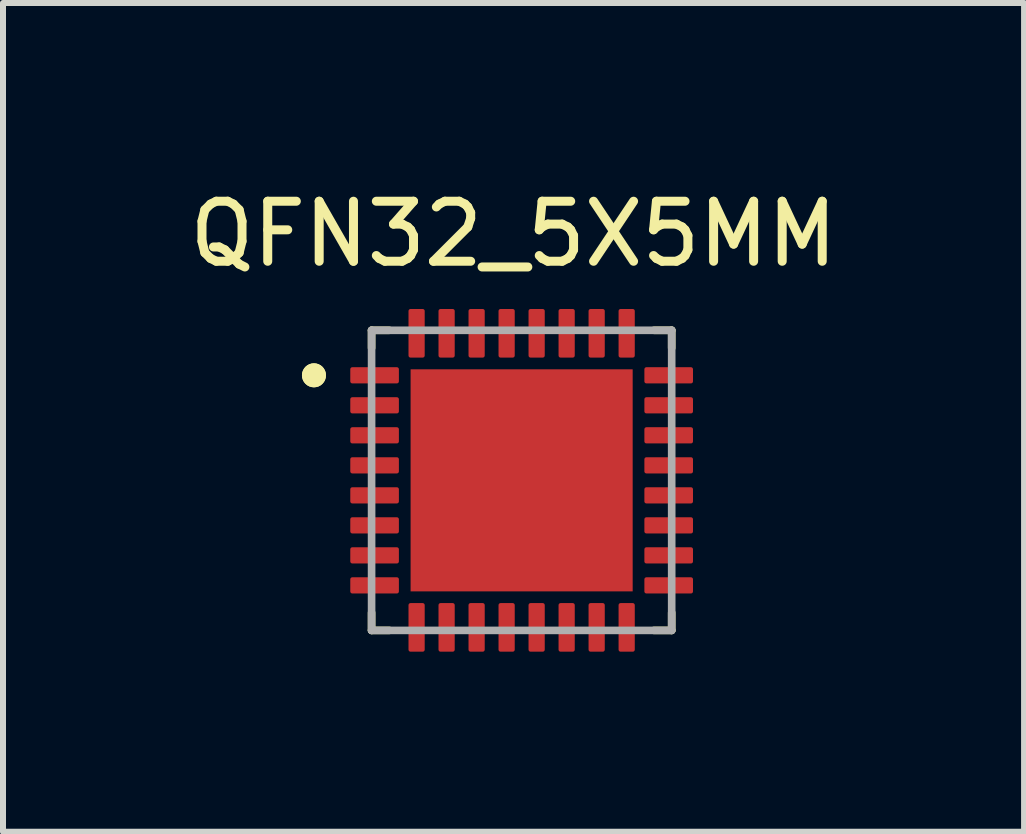
<source format=kicad_pcb>
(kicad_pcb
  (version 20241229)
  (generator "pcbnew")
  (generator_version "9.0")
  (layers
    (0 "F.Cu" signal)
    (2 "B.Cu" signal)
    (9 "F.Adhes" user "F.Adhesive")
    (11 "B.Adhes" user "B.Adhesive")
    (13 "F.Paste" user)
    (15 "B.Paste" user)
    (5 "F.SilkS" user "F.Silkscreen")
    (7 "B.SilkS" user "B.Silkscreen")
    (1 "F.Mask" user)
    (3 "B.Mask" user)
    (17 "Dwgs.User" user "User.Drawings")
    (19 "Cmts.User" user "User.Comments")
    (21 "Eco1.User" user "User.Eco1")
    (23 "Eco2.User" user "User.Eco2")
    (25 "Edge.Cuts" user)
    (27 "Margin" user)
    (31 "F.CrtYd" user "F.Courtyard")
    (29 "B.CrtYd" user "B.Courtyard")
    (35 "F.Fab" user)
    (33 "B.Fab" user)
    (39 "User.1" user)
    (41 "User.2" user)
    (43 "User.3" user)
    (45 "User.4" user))
  (footprint "QFN32_5X5MM"
    (layer "F.Cu")
    (at 5.641 4.953)
    (property "Reference" "QFN32_5X5MM" (at -0.135 -4.105 0) (layer "F.SilkS") (effects (font (size 1 1) (thickness 0.15))))
    (attr smd)
    (fp_line (start -2.5 -2.5) (end -2.5 -2.205) (stroke (width 0.127) (type solid)) (layer "F.SilkS"))
    (fp_line (start -2.5 -2.5) (end -2.205 -2.5) (stroke (width 0.127) (type solid)) (layer "F.SilkS"))
    (fp_line (start -2.5 2.5) (end -2.5 2.205) (stroke (width 0.127) (type solid)) (layer "F.SilkS"))
    (fp_line (start -2.5 2.5) (end -2.205 2.5) (stroke (width 0.127) (type solid)) (layer "F.SilkS"))
    (fp_line (start 2.5 -2.5) (end 2.205 -2.5) (stroke (width 0.127) (type solid)) (layer "F.SilkS"))
    (fp_line (start 2.5 -2.5) (end 2.5 -2.205) (stroke (width 0.127) (type solid)) (layer "F.SilkS"))
    (fp_line (start 2.5 2.5) (end 2.205 2.5) (stroke (width 0.127) (type solid)) (layer "F.SilkS"))
    (fp_line (start 2.5 2.5) (end 2.5 2.205) (stroke (width 0.127) (type solid)) (layer "F.SilkS"))
    (fp_circle (center -3.46 -1.75) (end -3.36 -1.75) (stroke (width 0.2) (type solid)) (fill no) (layer "F.SilkS"))
    (fp_circle (center -3.46 -1.75) (end -3.36 -1.75) (stroke (width 0.2) (type solid)) (fill no) (layer "F.SilkS"))
    (fp_poly (pts (xy -1.85 -1.85) (xy -0.95 -1.85) (xy -0.95 -0.95) (xy -1.85 -0.95)) (stroke (width 0.01) (type solid)) (fill yes) (layer "F.Paste"))
    (fp_poly (pts (xy -1.85 -0.45) (xy -0.95 -0.45) (xy -0.95 0.45) (xy -1.85 0.45)) (stroke (width 0.01) (type solid)) (fill yes) (layer "F.Paste"))
    (fp_poly (pts (xy -1.85 0.95) (xy -0.95 0.95) (xy -0.95 1.85) (xy -1.85 1.85)) (stroke (width 0.01) (type solid)) (fill yes) (layer "F.Paste"))
    (fp_poly (pts (xy -0.45 -1.85) (xy 0.45 -1.85) (xy 0.45 -0.95) (xy -0.45 -0.95)) (stroke (width 0.01) (type solid)) (fill yes) (layer "F.Paste"))
    (fp_poly (pts (xy -0.45 -0.45) (xy 0.45 -0.45) (xy 0.45 0.45) (xy -0.45 0.45)) (stroke (width 0.01) (type solid)) (fill yes) (layer "F.Paste"))
    (fp_poly (pts (xy -0.45 0.95) (xy 0.45 0.95) (xy 0.45 1.85) (xy -0.45 1.85)) (stroke (width 0.01) (type solid)) (fill yes) (layer "F.Paste"))
    (fp_poly (pts (xy 0.95 -1.85) (xy 1.85 -1.85) (xy 1.85 -0.95) (xy 0.95 -0.95)) (stroke (width 0.01) (type solid)) (fill yes) (layer "F.Paste"))
    (fp_poly (pts (xy 0.95 -0.45) (xy 1.85 -0.45) (xy 1.85 0.45) (xy 0.95 0.45)) (stroke (width 0.01) (type solid)) (fill yes) (layer "F.Paste"))
    (fp_poly (pts (xy 0.95 0.95) (xy 1.85 0.95) (xy 1.85 1.85) (xy 0.95 1.85)) (stroke (width 0.01) (type solid)) (fill yes) (layer "F.Paste"))
    (fp_line (start -2.5 2.5) (end -2.5 -2.5) (stroke (width 0.127) (type solid)) (layer "F.Fab"))
    (fp_line (start 2.5 -2.5) (end -2.5 -2.5) (stroke (width 0.127) (type solid)) (layer "F.Fab"))
    (fp_line (start 2.5 2.5) (end -2.5 2.5) (stroke (width 0.127) (type solid)) (layer "F.Fab"))
    (fp_line (start 2.5 2.5) (end 2.5 -2.5) (stroke (width 0.127) (type solid)) (layer "F.Fab"))
    (pad "1" smd roundrect (at -2.45 -1.75) (size 0.81 0.27) (layers "F.Cu" "F.Mask" "F.Paste") (roundrect_rratio 0.125))
    (pad "2" smd roundrect (at -2.45 -1.25) (size 0.81 0.27) (layers "F.Cu" "F.Mask" "F.Paste") (roundrect_rratio 0.125))
    (pad "3" smd roundrect (at -2.45 -0.75) (size 0.81 0.27) (layers "F.Cu" "F.Mask" "F.Paste") (roundrect_rratio 0.125))
    (pad "4" smd roundrect (at -2.45 -0.25) (size 0.81 0.27) (layers "F.Cu" "F.Mask" "F.Paste") (roundrect_rratio 0.125))
    (pad "5" smd roundrect (at -2.45 0.25) (size 0.81 0.27) (layers "F.Cu" "F.Mask" "F.Paste") (roundrect_rratio 0.125))
    (pad "6" smd roundrect (at -2.45 0.75) (size 0.81 0.27) (layers "F.Cu" "F.Mask" "F.Paste") (roundrect_rratio 0.125))
    (pad "7" smd roundrect (at -2.45 1.25) (size 0.81 0.27) (layers "F.Cu" "F.Mask" "F.Paste") (roundrect_rratio 0.125))
    (pad "8" smd roundrect (at -2.45 1.75) (size 0.81 0.27) (layers "F.Cu" "F.Mask" "F.Paste") (roundrect_rratio 0.125))
    (pad "9" smd roundrect (at -1.75 2.45) (size 0.27 0.81) (layers "F.Cu" "F.Mask" "F.Paste") (roundrect_rratio 0.125))
    (pad "10" smd roundrect (at -1.25 2.45) (size 0.27 0.81) (layers "F.Cu" "F.Mask" "F.Paste") (roundrect_rratio 0.125))
    (pad "11" smd roundrect (at -0.75 2.45) (size 0.27 0.81) (layers "F.Cu" "F.Mask" "F.Paste") (roundrect_rratio 0.125))
    (pad "12" smd roundrect (at -0.25 2.45) (size 0.27 0.81) (layers "F.Cu" "F.Mask" "F.Paste") (roundrect_rratio 0.125))
    (pad "13" smd roundrect (at 0.25 2.45) (size 0.27 0.81) (layers "F.Cu" "F.Mask" "F.Paste") (roundrect_rratio 0.125))
    (pad "14" smd roundrect (at 0.75 2.45) (size 0.27 0.81) (layers "F.Cu" "F.Mask" "F.Paste") (roundrect_rratio 0.125))
    (pad "15" smd roundrect (at 1.25 2.45) (size 0.27 0.81) (layers "F.Cu" "F.Mask" "F.Paste") (roundrect_rratio 0.125))
    (pad "16" smd roundrect (at 1.75 2.45) (size 0.27 0.81) (layers "F.Cu" "F.Mask" "F.Paste") (roundrect_rratio 0.125))
    (pad "17" smd roundrect (at 2.45 1.75) (size 0.81 0.27) (layers "F.Cu" "F.Mask" "F.Paste") (roundrect_rratio 0.125))
    (pad "18" smd roundrect (at 2.45 1.25) (size 0.81 0.27) (layers "F.Cu" "F.Mask" "F.Paste") (roundrect_rratio 0.125))
    (pad "19" smd roundrect (at 2.45 0.75) (size 0.81 0.27) (layers "F.Cu" "F.Mask" "F.Paste") (roundrect_rratio 0.125))
    (pad "20" smd roundrect (at 2.45 0.25) (size 0.81 0.27) (layers "F.Cu" "F.Mask" "F.Paste") (roundrect_rratio 0.125))
    (pad "21" smd roundrect (at 2.45 -0.25) (size 0.81 0.27) (layers "F.Cu" "F.Mask" "F.Paste") (roundrect_rratio 0.125))
    (pad "22" smd roundrect (at 2.45 -0.75) (size 0.81 0.27) (layers "F.Cu" "F.Mask" "F.Paste") (roundrect_rratio 0.125))
    (pad "23" smd roundrect (at 2.45 -1.25) (size 0.81 0.27) (layers "F.Cu" "F.Mask" "F.Paste") (roundrect_rratio 0.125))
    (pad "24" smd roundrect (at 2.45 -1.75) (size 0.81 0.27) (layers "F.Cu" "F.Mask" "F.Paste") (roundrect_rratio 0.125))
    (pad "25" smd roundrect (at 1.75 -2.45) (size 0.27 0.81) (layers "F.Cu" "F.Mask" "F.Paste") (roundrect_rratio 0.125))
    (pad "26" smd roundrect (at 1.25 -2.45) (size 0.27 0.81) (layers "F.Cu" "F.Mask" "F.Paste") (roundrect_rratio 0.125))
    (pad "27" smd roundrect (at 0.75 -2.45) (size 0.27 0.81) (layers "F.Cu" "F.Mask" "F.Paste") (roundrect_rratio 0.125))
    (pad "28" smd roundrect (at 0.25 -2.45) (size 0.27 0.81) (layers "F.Cu" "F.Mask" "F.Paste") (roundrect_rratio 0.125))
    (pad "29" smd roundrect (at -0.25 -2.45) (size 0.27 0.81) (layers "F.Cu" "F.Mask" "F.Paste") (roundrect_rratio 0.125))
    (pad "30" smd roundrect (at -0.75 -2.45) (size 0.27 0.81) (layers "F.Cu" "F.Mask" "F.Paste") (roundrect_rratio 0.125))
    (pad "31" smd roundrect (at -1.25 -2.45) (size 0.27 0.81) (layers "F.Cu" "F.Mask" "F.Paste") (roundrect_rratio 0.125))
    (pad "32" smd roundrect (at -1.75 -2.45) (size 0.27 0.81) (layers "F.Cu" "F.Mask" "F.Paste") (roundrect_rratio 0.125))
    (pad "33" smd rect (at 0 0) (size 3.7 3.7) (layers "F.Cu" "F.Mask")))
  (gr_rect
    (start -3 -3)
    (end 14.012 10.808)
    (stroke (width 0.1) (type default))
    (fill no)
    (layer "Edge.Cuts")))
</source>
